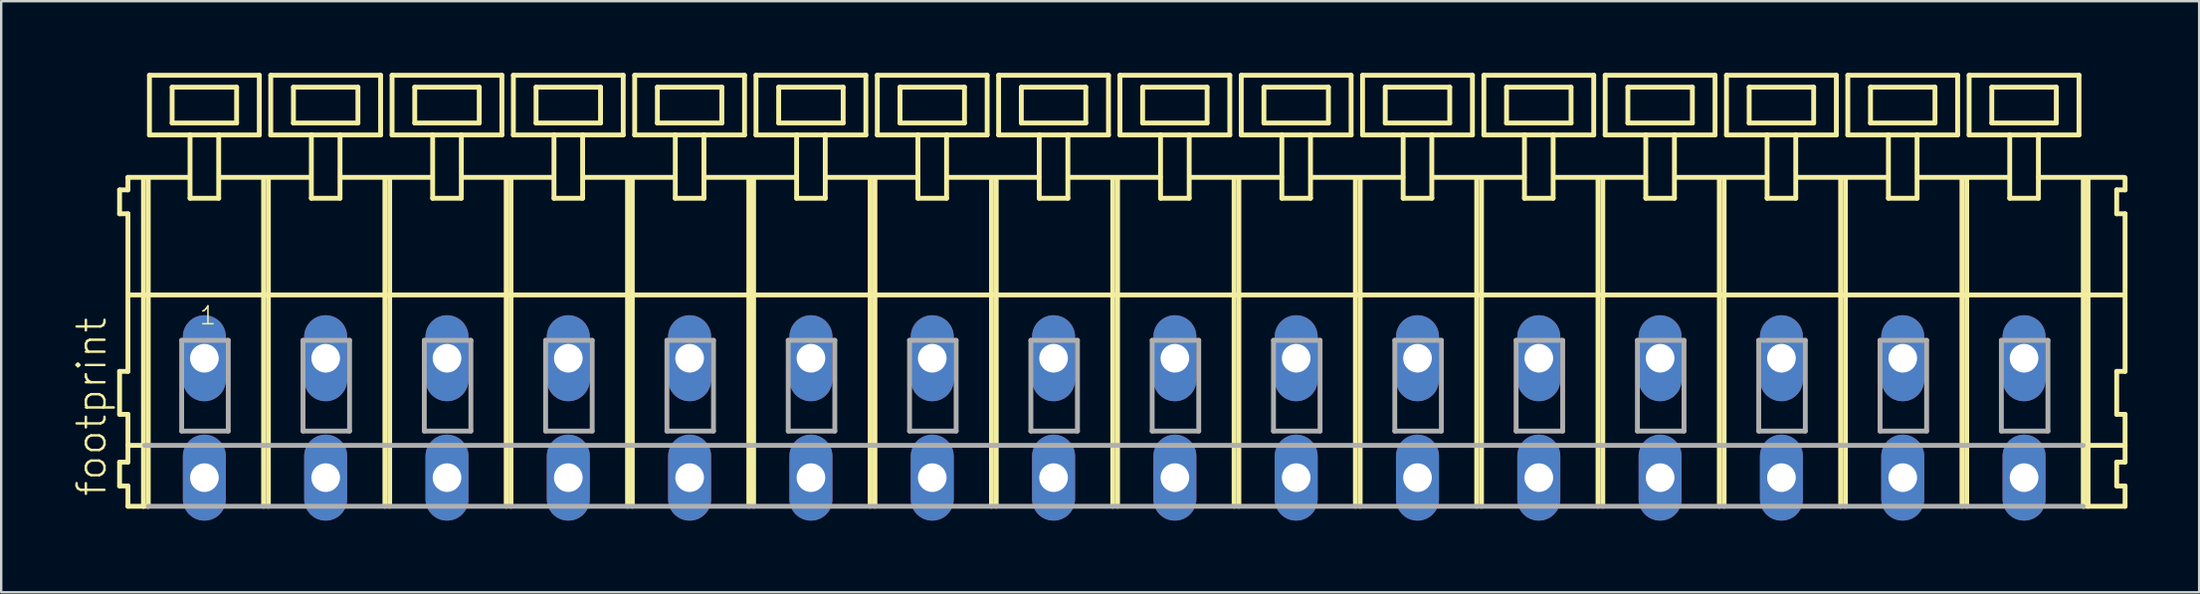
<source format=kicad_pcb>
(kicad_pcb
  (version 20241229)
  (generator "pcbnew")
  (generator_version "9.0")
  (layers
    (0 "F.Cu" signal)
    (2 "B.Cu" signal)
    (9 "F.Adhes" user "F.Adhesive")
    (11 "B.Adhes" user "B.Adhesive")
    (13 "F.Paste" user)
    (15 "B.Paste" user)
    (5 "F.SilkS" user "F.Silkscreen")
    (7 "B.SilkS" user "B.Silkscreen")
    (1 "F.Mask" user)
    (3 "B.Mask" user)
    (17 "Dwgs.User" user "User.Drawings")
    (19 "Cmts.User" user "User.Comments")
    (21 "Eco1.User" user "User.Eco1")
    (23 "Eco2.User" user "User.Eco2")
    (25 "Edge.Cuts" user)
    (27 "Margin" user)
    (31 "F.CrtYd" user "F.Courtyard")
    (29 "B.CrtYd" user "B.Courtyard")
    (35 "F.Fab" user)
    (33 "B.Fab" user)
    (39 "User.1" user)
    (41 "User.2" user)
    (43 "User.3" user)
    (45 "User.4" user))
  (footprint "footprint"
    (layer "F.Cu")
    (at 43.608 11.952)
    (property "Reference" "footprint" (at -42.135 5.855 90) (layer "F.SilkS") (effects (font (size 1.168 1.168) (thickness 0.102)) (justify left bottom)))
    (fp_line (start -41.65 -7.05) (end -41.65 -6.05) (stroke (width 0.203) (type solid)) (layer "F.SilkS"))
    (fp_line (start -41.65 -6.05) (end -41.3 -6.05) (stroke (width 0.203) (type solid)) (layer "F.SilkS"))
    (fp_line (start -41.65 0.55) (end -41.65 2.35) (stroke (width 0.203) (type solid)) (layer "F.SilkS"))
    (fp_line (start -41.65 2.35) (end -41.3 2.35) (stroke (width 0.203) (type solid)) (layer "F.SilkS"))
    (fp_line (start -41.65 4.35) (end -41.65 5.35) (stroke (width 0.203) (type solid)) (layer "F.SilkS"))
    (fp_line (start -41.65 5.35) (end -41.3 5.35) (stroke (width 0.203) (type solid)) (layer "F.SilkS"))
    (fp_line (start -41.3 -7.575) (end -41.3 -7.05) (stroke (width 0.203) (type solid)) (layer "F.SilkS"))
    (fp_line (start -41.3 -7.575) (end -38.725 -7.575) (stroke (width 0.203) (type solid)) (layer "F.SilkS"))
    (fp_line (start -41.3 -7.05) (end -41.65 -7.05) (stroke (width 0.203) (type solid)) (layer "F.SilkS"))
    (fp_line (start -41.3 -6.05) (end -41.3 0.55) (stroke (width 0.203) (type solid)) (layer "F.SilkS"))
    (fp_line (start -41.3 0.55) (end -41.65 0.55) (stroke (width 0.203) (type solid)) (layer "F.SilkS"))
    (fp_line (start -41.3 2.35) (end -41.3 4.35) (stroke (width 0.203) (type solid)) (layer "F.SilkS"))
    (fp_line (start -41.3 3.65) (end -40.6 3.65) (stroke (width 0.203) (type solid)) (layer "F.SilkS"))
    (fp_line (start -41.3 4.35) (end -41.65 4.35) (stroke (width 0.203) (type solid)) (layer "F.SilkS"))
    (fp_line (start -41.3 5.35) (end -41.3 6.2) (stroke (width 0.203) (type solid)) (layer "F.SilkS"))
    (fp_line (start -41.3 6.2) (end -40.65 6.2) (stroke (width 0.203) (type solid)) (layer "F.SilkS"))
    (fp_line (start -41.25 -2.65) (end 40.58 -2.65) (stroke (width 0.203) (type solid)) (layer "F.SilkS"))
    (fp_line (start -40.65 -7.55) (end -40.65 6.2) (stroke (width 0.203) (type solid)) (layer "F.SilkS"))
    (fp_line (start -40.65 6.2) (end -40.45 6.2) (stroke (width 0.203) (type solid)) (layer "F.SilkS"))
    (fp_line (start -40.45 -7.55) (end -40.45 6.2) (stroke (width 0.203) (type solid)) (layer "F.SilkS"))
    (fp_line (start -40.4 -11.85) (end -40.4 -9.35) (stroke (width 0.203) (type solid)) (layer "F.SilkS"))
    (fp_line (start -40.4 -9.35) (end -38.7 -9.35) (stroke (width 0.203) (type solid)) (layer "F.SilkS"))
    (fp_line (start -39.45 -11.35) (end -39.45 -9.85) (stroke (width 0.203) (type solid)) (layer "F.SilkS"))
    (fp_line (start -39.45 -9.85) (end -36.75 -9.85) (stroke (width 0.203) (type solid)) (layer "F.SilkS"))
    (fp_line (start -38.7 -9.35) (end -38.7 -6.7) (stroke (width 0.203) (type solid)) (layer "F.SilkS"))
    (fp_line (start -38.7 -9.35) (end -37.5 -9.35) (stroke (width 0.203) (type solid)) (layer "F.SilkS"))
    (fp_line (start -38.7 -6.7) (end -37.5 -6.7) (stroke (width 0.203) (type solid)) (layer "F.SilkS"))
    (fp_line (start -37.5 -9.35) (end -35.8 -9.35) (stroke (width 0.203) (type solid)) (layer "F.SilkS"))
    (fp_line (start -37.5 -6.7) (end -37.5 -9.35) (stroke (width 0.203) (type solid)) (layer "F.SilkS"))
    (fp_line (start -37.475 -7.575) (end -33.641 -7.575) (stroke (width 0.203) (type solid)) (layer "F.SilkS"))
    (fp_line (start -36.75 -11.35) (end -39.45 -11.35) (stroke (width 0.203) (type solid)) (layer "F.SilkS"))
    (fp_line (start -36.75 -9.85) (end -36.75 -11.35) (stroke (width 0.203) (type solid)) (layer "F.SilkS"))
    (fp_line (start -35.8 -11.85) (end -40.4 -11.85) (stroke (width 0.203) (type solid)) (layer "F.SilkS"))
    (fp_line (start -35.8 -9.35) (end -35.8 -11.85) (stroke (width 0.203) (type solid)) (layer "F.SilkS"))
    (fp_line (start -35.62 -7.55) (end -35.62 6.2) (stroke (width 0.203) (type solid)) (layer "F.SilkS"))
    (fp_line (start -35.42 -7.55) (end -35.42 6.2) (stroke (width 0.203) (type solid)) (layer "F.SilkS"))
    (fp_line (start -35.32 -11.85) (end -35.32 -9.35) (stroke (width 0.203) (type solid)) (layer "F.SilkS"))
    (fp_line (start -35.32 -9.35) (end -33.62 -9.35) (stroke (width 0.203) (type solid)) (layer "F.SilkS"))
    (fp_line (start -34.37 -11.35) (end -34.37 -9.85) (stroke (width 0.203) (type solid)) (layer "F.SilkS"))
    (fp_line (start -34.37 -9.85) (end -31.67 -9.85) (stroke (width 0.203) (type solid)) (layer "F.SilkS"))
    (fp_line (start -33.62 -9.35) (end -33.62 -6.7) (stroke (width 0.203) (type solid)) (layer "F.SilkS"))
    (fp_line (start -33.62 -9.35) (end -32.42 -9.35) (stroke (width 0.203) (type solid)) (layer "F.SilkS"))
    (fp_line (start -33.62 -6.7) (end -32.42 -6.7) (stroke (width 0.203) (type solid)) (layer "F.SilkS"))
    (fp_line (start -32.42 -9.35) (end -30.72 -9.35) (stroke (width 0.203) (type solid)) (layer "F.SilkS"))
    (fp_line (start -32.42 -6.7) (end -32.42 -9.35) (stroke (width 0.203) (type solid)) (layer "F.SilkS"))
    (fp_line (start -32.395 -7.575) (end -28.55 -7.575) (stroke (width 0.203) (type solid)) (layer "F.SilkS"))
    (fp_line (start -31.67 -11.35) (end -34.37 -11.35) (stroke (width 0.203) (type solid)) (layer "F.SilkS"))
    (fp_line (start -31.67 -9.85) (end -31.67 -11.35) (stroke (width 0.203) (type solid)) (layer "F.SilkS"))
    (fp_line (start -30.72 -11.85) (end -35.32 -11.85) (stroke (width 0.203) (type solid)) (layer "F.SilkS"))
    (fp_line (start -30.72 -9.35) (end -30.72 -11.85) (stroke (width 0.203) (type solid)) (layer "F.SilkS"))
    (fp_line (start -30.54 -7.55) (end -30.54 6.2) (stroke (width 0.203) (type solid)) (layer "F.SilkS"))
    (fp_line (start -30.34 -7.55) (end -30.34 6.2) (stroke (width 0.203) (type solid)) (layer "F.SilkS"))
    (fp_line (start -30.24 -11.85) (end -30.24 -9.35) (stroke (width 0.203) (type solid)) (layer "F.SilkS"))
    (fp_line (start -30.24 -9.35) (end -28.54 -9.35) (stroke (width 0.203) (type solid)) (layer "F.SilkS"))
    (fp_line (start -29.29 -11.35) (end -29.29 -9.85) (stroke (width 0.203) (type solid)) (layer "F.SilkS"))
    (fp_line (start -29.29 -9.85) (end -26.59 -9.85) (stroke (width 0.203) (type solid)) (layer "F.SilkS"))
    (fp_line (start -28.54 -9.35) (end -28.54 -6.7) (stroke (width 0.203) (type solid)) (layer "F.SilkS"))
    (fp_line (start -28.54 -9.35) (end -27.34 -9.35) (stroke (width 0.203) (type solid)) (layer "F.SilkS"))
    (fp_line (start -28.54 -6.7) (end -27.34 -6.7) (stroke (width 0.203) (type solid)) (layer "F.SilkS"))
    (fp_line (start -27.34 -9.35) (end -25.64 -9.35) (stroke (width 0.203) (type solid)) (layer "F.SilkS"))
    (fp_line (start -27.34 -6.7) (end -27.34 -9.35) (stroke (width 0.203) (type solid)) (layer "F.SilkS"))
    (fp_line (start -27.315 -7.575) (end -23.47 -7.575) (stroke (width 0.203) (type solid)) (layer "F.SilkS"))
    (fp_line (start -26.59 -11.35) (end -29.29 -11.35) (stroke (width 0.203) (type solid)) (layer "F.SilkS"))
    (fp_line (start -26.59 -9.85) (end -26.59 -11.35) (stroke (width 0.203) (type solid)) (layer "F.SilkS"))
    (fp_line (start -25.64 -11.85) (end -30.24 -11.85) (stroke (width 0.203) (type solid)) (layer "F.SilkS"))
    (fp_line (start -25.64 -9.35) (end -25.64 -11.85) (stroke (width 0.203) (type solid)) (layer "F.SilkS"))
    (fp_line (start -25.46 -7.55) (end -25.46 6.2) (stroke (width 0.203) (type solid)) (layer "F.SilkS"))
    (fp_line (start -25.26 -7.55) (end -25.26 6.2) (stroke (width 0.203) (type solid)) (layer "F.SilkS"))
    (fp_line (start -25.16 -11.85) (end -25.16 -9.35) (stroke (width 0.203) (type solid)) (layer "F.SilkS"))
    (fp_line (start -25.16 -9.35) (end -23.46 -9.35) (stroke (width 0.203) (type solid)) (layer "F.SilkS"))
    (fp_line (start -24.21 -11.35) (end -24.21 -9.85) (stroke (width 0.203) (type solid)) (layer "F.SilkS"))
    (fp_line (start -24.21 -9.85) (end -21.51 -9.85) (stroke (width 0.203) (type solid)) (layer "F.SilkS"))
    (fp_line (start -23.46 -9.35) (end -23.46 -6.7) (stroke (width 0.203) (type solid)) (layer "F.SilkS"))
    (fp_line (start -23.46 -9.35) (end -22.26 -9.35) (stroke (width 0.203) (type solid)) (layer "F.SilkS"))
    (fp_line (start -23.46 -6.7) (end -22.26 -6.7) (stroke (width 0.203) (type solid)) (layer "F.SilkS"))
    (fp_line (start -22.26 -9.35) (end -20.56 -9.35) (stroke (width 0.203) (type solid)) (layer "F.SilkS"))
    (fp_line (start -22.26 -6.7) (end -22.26 -9.35) (stroke (width 0.203) (type solid)) (layer "F.SilkS"))
    (fp_line (start -22.235 -7.575) (end -18.39 -7.575) (stroke (width 0.203) (type solid)) (layer "F.SilkS"))
    (fp_line (start -21.51 -11.35) (end -24.21 -11.35) (stroke (width 0.203) (type solid)) (layer "F.SilkS"))
    (fp_line (start -21.51 -9.85) (end -21.51 -11.35) (stroke (width 0.203) (type solid)) (layer "F.SilkS"))
    (fp_line (start -20.56 -11.85) (end -25.16 -11.85) (stroke (width 0.203) (type solid)) (layer "F.SilkS"))
    (fp_line (start -20.56 -9.35) (end -20.56 -11.85) (stroke (width 0.203) (type solid)) (layer "F.SilkS"))
    (fp_line (start -20.38 -7.55) (end -20.38 6.2) (stroke (width 0.203) (type solid)) (layer "F.SilkS"))
    (fp_line (start -20.18 -7.55) (end -20.18 6.2) (stroke (width 0.203) (type solid)) (layer "F.SilkS"))
    (fp_line (start -20.08 -11.85) (end -20.08 -9.35) (stroke (width 0.203) (type solid)) (layer "F.SilkS"))
    (fp_line (start -20.08 -9.35) (end -18.38 -9.35) (stroke (width 0.203) (type solid)) (layer "F.SilkS"))
    (fp_line (start -19.13 -11.35) (end -19.13 -9.85) (stroke (width 0.203) (type solid)) (layer "F.SilkS"))
    (fp_line (start -19.13 -9.85) (end -16.43 -9.85) (stroke (width 0.203) (type solid)) (layer "F.SilkS"))
    (fp_line (start -18.38 -9.35) (end -18.38 -6.7) (stroke (width 0.203) (type solid)) (layer "F.SilkS"))
    (fp_line (start -18.38 -9.35) (end -17.18 -9.35) (stroke (width 0.203) (type solid)) (layer "F.SilkS"))
    (fp_line (start -18.38 -6.7) (end -17.18 -6.7) (stroke (width 0.203) (type solid)) (layer "F.SilkS"))
    (fp_line (start -17.18 -9.35) (end -15.48 -9.35) (stroke (width 0.203) (type solid)) (layer "F.SilkS"))
    (fp_line (start -17.18 -6.7) (end -17.18 -9.35) (stroke (width 0.203) (type solid)) (layer "F.SilkS"))
    (fp_line (start -17.155 -7.575) (end -13.31 -7.575) (stroke (width 0.203) (type solid)) (layer "F.SilkS"))
    (fp_line (start -16.43 -11.35) (end -19.13 -11.35) (stroke (width 0.203) (type solid)) (layer "F.SilkS"))
    (fp_line (start -16.43 -9.85) (end -16.43 -11.35) (stroke (width 0.203) (type solid)) (layer "F.SilkS"))
    (fp_line (start -15.48 -11.85) (end -20.08 -11.85) (stroke (width 0.203) (type solid)) (layer "F.SilkS"))
    (fp_line (start -15.48 -9.35) (end -15.48 -11.85) (stroke (width 0.203) (type solid)) (layer "F.SilkS"))
    (fp_line (start -15.3 -7.55) (end -15.3 6.2) (stroke (width 0.203) (type solid)) (layer "F.SilkS"))
    (fp_line (start -15.1 -7.55) (end -15.1 6.2) (stroke (width 0.203) (type solid)) (layer "F.SilkS"))
    (fp_line (start -15 -11.85) (end -15 -9.35) (stroke (width 0.203) (type solid)) (layer "F.SilkS"))
    (fp_line (start -15 -9.35) (end -13.3 -9.35) (stroke (width 0.203) (type solid)) (layer "F.SilkS"))
    (fp_line (start -14.05 -11.35) (end -14.05 -9.85) (stroke (width 0.203) (type solid)) (layer "F.SilkS"))
    (fp_line (start -14.05 -9.85) (end -11.35 -9.85) (stroke (width 0.203) (type solid)) (layer "F.SilkS"))
    (fp_line (start -13.3 -9.35) (end -13.3 -6.7) (stroke (width 0.203) (type solid)) (layer "F.SilkS"))
    (fp_line (start -13.3 -9.35) (end -12.1 -9.35) (stroke (width 0.203) (type solid)) (layer "F.SilkS"))
    (fp_line (start -13.3 -6.7) (end -12.1 -6.7) (stroke (width 0.203) (type solid)) (layer "F.SilkS"))
    (fp_line (start -12.1 -9.35) (end -10.4 -9.35) (stroke (width 0.203) (type solid)) (layer "F.SilkS"))
    (fp_line (start -12.1 -6.7) (end -12.1 -9.35) (stroke (width 0.203) (type solid)) (layer "F.SilkS"))
    (fp_line (start -12.075 -7.575) (end -8.23 -7.575) (stroke (width 0.203) (type solid)) (layer "F.SilkS"))
    (fp_line (start -11.35 -11.35) (end -14.05 -11.35) (stroke (width 0.203) (type solid)) (layer "F.SilkS"))
    (fp_line (start -11.35 -9.85) (end -11.35 -11.35) (stroke (width 0.203) (type solid)) (layer "F.SilkS"))
    (fp_line (start -10.4 -11.85) (end -15 -11.85) (stroke (width 0.203) (type solid)) (layer "F.SilkS"))
    (fp_line (start -10.4 -9.35) (end -10.4 -11.85) (stroke (width 0.203) (type solid)) (layer "F.SilkS"))
    (fp_line (start -10.22 -7.55) (end -10.22 6.2) (stroke (width 0.203) (type solid)) (layer "F.SilkS"))
    (fp_line (start -10.02 -7.55) (end -10.02 6.2) (stroke (width 0.203) (type solid)) (layer "F.SilkS"))
    (fp_line (start -9.92 -11.85) (end -9.92 -9.35) (stroke (width 0.203) (type solid)) (layer "F.SilkS"))
    (fp_line (start -9.92 -9.35) (end -8.22 -9.35) (stroke (width 0.203) (type solid)) (layer "F.SilkS"))
    (fp_line (start -8.97 -11.35) (end -8.97 -9.85) (stroke (width 0.203) (type solid)) (layer "F.SilkS"))
    (fp_line (start -8.97 -9.85) (end -6.27 -9.85) (stroke (width 0.203) (type solid)) (layer "F.SilkS"))
    (fp_line (start -8.22 -9.35) (end -8.22 -6.7) (stroke (width 0.203) (type solid)) (layer "F.SilkS"))
    (fp_line (start -8.22 -9.35) (end -7.02 -9.35) (stroke (width 0.203) (type solid)) (layer "F.SilkS"))
    (fp_line (start -8.22 -6.7) (end -7.02 -6.7) (stroke (width 0.203) (type solid)) (layer "F.SilkS"))
    (fp_line (start -7.02 -9.35) (end -5.32 -9.35) (stroke (width 0.203) (type solid)) (layer "F.SilkS"))
    (fp_line (start -7.02 -6.7) (end -7.02 -9.35) (stroke (width 0.203) (type solid)) (layer "F.SilkS"))
    (fp_line (start -6.995 -7.575) (end -3.15 -7.575) (stroke (width 0.203) (type solid)) (layer "F.SilkS"))
    (fp_line (start -6.27 -11.35) (end -8.97 -11.35) (stroke (width 0.203) (type solid)) (layer "F.SilkS"))
    (fp_line (start -6.27 -9.85) (end -6.27 -11.35) (stroke (width 0.203) (type solid)) (layer "F.SilkS"))
    (fp_line (start -5.32 -11.85) (end -9.92 -11.85) (stroke (width 0.203) (type solid)) (layer "F.SilkS"))
    (fp_line (start -5.32 -9.35) (end -5.32 -11.85) (stroke (width 0.203) (type solid)) (layer "F.SilkS"))
    (fp_line (start -5.14 -7.55) (end -5.14 6.2) (stroke (width 0.203) (type solid)) (layer "F.SilkS"))
    (fp_line (start -4.94 -7.55) (end -4.94 6.2) (stroke (width 0.203) (type solid)) (layer "F.SilkS"))
    (fp_line (start -4.84 -11.85) (end -4.84 -9.35) (stroke (width 0.203) (type solid)) (layer "F.SilkS"))
    (fp_line (start -4.84 -9.35) (end -3.14 -9.35) (stroke (width 0.203) (type solid)) (layer "F.SilkS"))
    (fp_line (start -3.89 -11.35) (end -3.89 -9.85) (stroke (width 0.203) (type solid)) (layer "F.SilkS"))
    (fp_line (start -3.89 -9.85) (end -1.19 -9.85) (stroke (width 0.203) (type solid)) (layer "F.SilkS"))
    (fp_line (start -3.14 -9.35) (end -3.14 -6.7) (stroke (width 0.203) (type solid)) (layer "F.SilkS"))
    (fp_line (start -3.14 -9.35) (end -1.94 -9.35) (stroke (width 0.203) (type solid)) (layer "F.SilkS"))
    (fp_line (start -3.14 -6.7) (end -1.94 -6.7) (stroke (width 0.203) (type solid)) (layer "F.SilkS"))
    (fp_line (start -1.94 -9.35) (end -0.24 -9.35) (stroke (width 0.203) (type solid)) (layer "F.SilkS"))
    (fp_line (start -1.94 -6.7) (end -1.94 -9.35) (stroke (width 0.203) (type solid)) (layer "F.SilkS"))
    (fp_line (start -1.915 -7.575) (end 1.93 -7.575) (stroke (width 0.203) (type solid)) (layer "F.SilkS"))
    (fp_line (start -1.19 -11.35) (end -3.89 -11.35) (stroke (width 0.203) (type solid)) (layer "F.SilkS"))
    (fp_line (start -1.19 -9.85) (end -1.19 -11.35) (stroke (width 0.203) (type solid)) (layer "F.SilkS"))
    (fp_line (start -0.24 -11.85) (end -4.84 -11.85) (stroke (width 0.203) (type solid)) (layer "F.SilkS"))
    (fp_line (start -0.24 -9.35) (end -0.24 -11.85) (stroke (width 0.203) (type solid)) (layer "F.SilkS"))
    (fp_line (start -0.06 -7.55) (end -0.06 6.2) (stroke (width 0.203) (type solid)) (layer "F.SilkS"))
    (fp_line (start 0.14 -7.55) (end 0.14 6.2) (stroke (width 0.203) (type solid)) (layer "F.SilkS"))
    (fp_line (start 0.24 -11.85) (end 0.24 -9.35) (stroke (width 0.203) (type solid)) (layer "F.SilkS"))
    (fp_line (start 0.24 -9.35) (end 1.94 -9.35) (stroke (width 0.203) (type solid)) (layer "F.SilkS"))
    (fp_line (start 1.19 -11.35) (end 1.19 -9.85) (stroke (width 0.203) (type solid)) (layer "F.SilkS"))
    (fp_line (start 1.19 -9.85) (end 3.89 -9.85) (stroke (width 0.203) (type solid)) (layer "F.SilkS"))
    (fp_line (start 1.94 -9.35) (end 1.94 -6.7) (stroke (width 0.203) (type solid)) (layer "F.SilkS"))
    (fp_line (start 1.94 -9.35) (end 3.14 -9.35) (stroke (width 0.203) (type solid)) (layer "F.SilkS"))
    (fp_line (start 1.94 -6.7) (end 3.14 -6.7) (stroke (width 0.203) (type solid)) (layer "F.SilkS"))
    (fp_line (start 3.14 -9.35) (end 4.84 -9.35) (stroke (width 0.203) (type solid)) (layer "F.SilkS"))
    (fp_line (start 3.14 -6.7) (end 3.14 -9.35) (stroke (width 0.203) (type solid)) (layer "F.SilkS"))
    (fp_line (start 3.165 -7.575) (end 7.01 -7.575) (stroke (width 0.203) (type solid)) (layer "F.SilkS"))
    (fp_line (start 3.89 -11.35) (end 1.19 -11.35) (stroke (width 0.203) (type solid)) (layer "F.SilkS"))
    (fp_line (start 3.89 -9.85) (end 3.89 -11.35) (stroke (width 0.203) (type solid)) (layer "F.SilkS"))
    (fp_line (start 4.84 -11.85) (end 0.24 -11.85) (stroke (width 0.203) (type solid)) (layer "F.SilkS"))
    (fp_line (start 4.84 -9.35) (end 4.84 -11.85) (stroke (width 0.203) (type solid)) (layer "F.SilkS"))
    (fp_line (start 5.02 -7.55) (end 5.02 6.2) (stroke (width 0.203) (type solid)) (layer "F.SilkS"))
    (fp_line (start 5.22 -7.55) (end 5.22 6.2) (stroke (width 0.203) (type solid)) (layer "F.SilkS"))
    (fp_line (start 5.32 -11.85) (end 5.32 -9.35) (stroke (width 0.203) (type solid)) (layer "F.SilkS"))
    (fp_line (start 5.32 -9.35) (end 7.02 -9.35) (stroke (width 0.203) (type solid)) (layer "F.SilkS"))
    (fp_line (start 6.27 -11.35) (end 6.27 -9.85) (stroke (width 0.203) (type solid)) (layer "F.SilkS"))
    (fp_line (start 6.27 -9.85) (end 8.97 -9.85) (stroke (width 0.203) (type solid)) (layer "F.SilkS"))
    (fp_line (start 7.02 -9.35) (end 7.02 -6.7) (stroke (width 0.203) (type solid)) (layer "F.SilkS"))
    (fp_line (start 7.02 -9.35) (end 8.22 -9.35) (stroke (width 0.203) (type solid)) (layer "F.SilkS"))
    (fp_line (start 7.02 -6.7) (end 8.22 -6.7) (stroke (width 0.203) (type solid)) (layer "F.SilkS"))
    (fp_line (start 8.22 -9.35) (end 9.92 -9.35) (stroke (width 0.203) (type solid)) (layer "F.SilkS"))
    (fp_line (start 8.22 -6.7) (end 8.22 -9.35) (stroke (width 0.203) (type solid)) (layer "F.SilkS"))
    (fp_line (start 8.245 -7.575) (end 12.09 -7.575) (stroke (width 0.203) (type solid)) (layer "F.SilkS"))
    (fp_line (start 8.97 -11.35) (end 6.27 -11.35) (stroke (width 0.203) (type solid)) (layer "F.SilkS"))
    (fp_line (start 8.97 -9.85) (end 8.97 -11.35) (stroke (width 0.203) (type solid)) (layer "F.SilkS"))
    (fp_line (start 9.92 -11.85) (end 5.32 -11.85) (stroke (width 0.203) (type solid)) (layer "F.SilkS"))
    (fp_line (start 9.92 -9.35) (end 9.92 -11.85) (stroke (width 0.203) (type solid)) (layer "F.SilkS"))
    (fp_line (start 10.1 -7.55) (end 10.1 6.2) (stroke (width 0.203) (type solid)) (layer "F.SilkS"))
    (fp_line (start 10.3 -7.55) (end 10.3 6.2) (stroke (width 0.203) (type solid)) (layer "F.SilkS"))
    (fp_line (start 10.4 -11.85) (end 10.4 -9.35) (stroke (width 0.203) (type solid)) (layer "F.SilkS"))
    (fp_line (start 10.4 -9.35) (end 12.1 -9.35) (stroke (width 0.203) (type solid)) (layer "F.SilkS"))
    (fp_line (start 11.35 -11.35) (end 11.35 -9.85) (stroke (width 0.203) (type solid)) (layer "F.SilkS"))
    (fp_line (start 11.35 -9.85) (end 14.05 -9.85) (stroke (width 0.203) (type solid)) (layer "F.SilkS"))
    (fp_line (start 12.1 -9.35) (end 12.1 -6.7) (stroke (width 0.203) (type solid)) (layer "F.SilkS"))
    (fp_line (start 12.1 -9.35) (end 13.3 -9.35) (stroke (width 0.203) (type solid)) (layer "F.SilkS"))
    (fp_line (start 12.1 -6.7) (end 13.3 -6.7) (stroke (width 0.203) (type solid)) (layer "F.SilkS"))
    (fp_line (start 13.3 -9.35) (end 15 -9.35) (stroke (width 0.203) (type solid)) (layer "F.SilkS"))
    (fp_line (start 13.3 -6.7) (end 13.3 -9.35) (stroke (width 0.203) (type solid)) (layer "F.SilkS"))
    (fp_line (start 13.325 -7.575) (end 17.17 -7.575) (stroke (width 0.203) (type solid)) (layer "F.SilkS"))
    (fp_line (start 14.05 -11.35) (end 11.35 -11.35) (stroke (width 0.203) (type solid)) (layer "F.SilkS"))
    (fp_line (start 14.05 -9.85) (end 14.05 -11.35) (stroke (width 0.203) (type solid)) (layer "F.SilkS"))
    (fp_line (start 15 -11.85) (end 10.4 -11.85) (stroke (width 0.203) (type solid)) (layer "F.SilkS"))
    (fp_line (start 15 -9.35) (end 15 -11.85) (stroke (width 0.203) (type solid)) (layer "F.SilkS"))
    (fp_line (start 15.18 -7.55) (end 15.18 6.2) (stroke (width 0.203) (type solid)) (layer "F.SilkS"))
    (fp_line (start 15.38 -7.55) (end 15.38 6.2) (stroke (width 0.203) (type solid)) (layer "F.SilkS"))
    (fp_line (start 15.48 -11.85) (end 15.48 -9.35) (stroke (width 0.203) (type solid)) (layer "F.SilkS"))
    (fp_line (start 15.48 -9.35) (end 17.18 -9.35) (stroke (width 0.203) (type solid)) (layer "F.SilkS"))
    (fp_line (start 16.43 -11.35) (end 16.43 -9.85) (stroke (width 0.203) (type solid)) (layer "F.SilkS"))
    (fp_line (start 16.43 -9.85) (end 19.13 -9.85) (stroke (width 0.203) (type solid)) (layer "F.SilkS"))
    (fp_line (start 17.18 -9.35) (end 17.18 -6.7) (stroke (width 0.203) (type solid)) (layer "F.SilkS"))
    (fp_line (start 17.18 -9.35) (end 18.38 -9.35) (stroke (width 0.203) (type solid)) (layer "F.SilkS"))
    (fp_line (start 17.18 -6.7) (end 18.38 -6.7) (stroke (width 0.203) (type solid)) (layer "F.SilkS"))
    (fp_line (start 18.38 -9.35) (end 20.08 -9.35) (stroke (width 0.203) (type solid)) (layer "F.SilkS"))
    (fp_line (start 18.38 -6.7) (end 18.38 -9.35) (stroke (width 0.203) (type solid)) (layer "F.SilkS"))
    (fp_line (start 18.405 -7.575) (end 22.25 -7.575) (stroke (width 0.203) (type solid)) (layer "F.SilkS"))
    (fp_line (start 19.13 -11.35) (end 16.43 -11.35) (stroke (width 0.203) (type solid)) (layer "F.SilkS"))
    (fp_line (start 19.13 -9.85) (end 19.13 -11.35) (stroke (width 0.203) (type solid)) (layer "F.SilkS"))
    (fp_line (start 20.08 -11.85) (end 15.48 -11.85) (stroke (width 0.203) (type solid)) (layer "F.SilkS"))
    (fp_line (start 20.08 -9.35) (end 20.08 -11.85) (stroke (width 0.203) (type solid)) (layer "F.SilkS"))
    (fp_line (start 20.26 -7.55) (end 20.26 6.2) (stroke (width 0.203) (type solid)) (layer "F.SilkS"))
    (fp_line (start 20.46 -7.55) (end 20.46 6.2) (stroke (width 0.203) (type solid)) (layer "F.SilkS"))
    (fp_line (start 20.56 -11.85) (end 20.56 -9.35) (stroke (width 0.203) (type solid)) (layer "F.SilkS"))
    (fp_line (start 20.56 -9.35) (end 22.26 -9.35) (stroke (width 0.203) (type solid)) (layer "F.SilkS"))
    (fp_line (start 21.51 -11.35) (end 21.51 -9.85) (stroke (width 0.203) (type solid)) (layer "F.SilkS"))
    (fp_line (start 21.51 -9.85) (end 24.21 -9.85) (stroke (width 0.203) (type solid)) (layer "F.SilkS"))
    (fp_line (start 22.26 -9.35) (end 22.26 -6.7) (stroke (width 0.203) (type solid)) (layer "F.SilkS"))
    (fp_line (start 22.26 -9.35) (end 23.46 -9.35) (stroke (width 0.203) (type solid)) (layer "F.SilkS"))
    (fp_line (start 22.26 -6.7) (end 23.46 -6.7) (stroke (width 0.203) (type solid)) (layer "F.SilkS"))
    (fp_line (start 23.46 -9.35) (end 25.16 -9.35) (stroke (width 0.203) (type solid)) (layer "F.SilkS"))
    (fp_line (start 23.46 -6.7) (end 23.46 -9.35) (stroke (width 0.203) (type solid)) (layer "F.SilkS"))
    (fp_line (start 23.485 -7.575) (end 27.33 -7.575) (stroke (width 0.203) (type solid)) (layer "F.SilkS"))
    (fp_line (start 24.21 -11.35) (end 21.51 -11.35) (stroke (width 0.203) (type solid)) (layer "F.SilkS"))
    (fp_line (start 24.21 -9.85) (end 24.21 -11.35) (stroke (width 0.203) (type solid)) (layer "F.SilkS"))
    (fp_line (start 25.16 -11.85) (end 20.56 -11.85) (stroke (width 0.203) (type solid)) (layer "F.SilkS"))
    (fp_line (start 25.16 -9.35) (end 25.16 -11.85) (stroke (width 0.203) (type solid)) (layer "F.SilkS"))
    (fp_line (start 25.34 -7.55) (end 25.34 6.2) (stroke (width 0.203) (type solid)) (layer "F.SilkS"))
    (fp_line (start 25.54 -7.55) (end 25.54 6.2) (stroke (width 0.203) (type solid)) (layer "F.SilkS"))
    (fp_line (start 25.64 -11.85) (end 25.64 -9.35) (stroke (width 0.203) (type solid)) (layer "F.SilkS"))
    (fp_line (start 25.64 -9.35) (end 27.34 -9.35) (stroke (width 0.203) (type solid)) (layer "F.SilkS"))
    (fp_line (start 26.59 -11.35) (end 26.59 -9.85) (stroke (width 0.203) (type solid)) (layer "F.SilkS"))
    (fp_line (start 26.59 -9.85) (end 29.29 -9.85) (stroke (width 0.203) (type solid)) (layer "F.SilkS"))
    (fp_line (start 27.34 -9.35) (end 27.34 -6.7) (stroke (width 0.203) (type solid)) (layer "F.SilkS"))
    (fp_line (start 27.34 -9.35) (end 28.54 -9.35) (stroke (width 0.203) (type solid)) (layer "F.SilkS"))
    (fp_line (start 27.34 -6.7) (end 28.54 -6.7) (stroke (width 0.203) (type solid)) (layer "F.SilkS"))
    (fp_line (start 28.54 -9.35) (end 30.24 -9.35) (stroke (width 0.203) (type solid)) (layer "F.SilkS"))
    (fp_line (start 28.54 -6.7) (end 28.54 -9.35) (stroke (width 0.203) (type solid)) (layer "F.SilkS"))
    (fp_line (start 28.565 -7.575) (end 32.41 -7.575) (stroke (width 0.203) (type solid)) (layer "F.SilkS"))
    (fp_line (start 29.29 -11.35) (end 26.59 -11.35) (stroke (width 0.203) (type solid)) (layer "F.SilkS"))
    (fp_line (start 29.29 -9.85) (end 29.29 -11.35) (stroke (width 0.203) (type solid)) (layer "F.SilkS"))
    (fp_line (start 30.24 -11.85) (end 25.64 -11.85) (stroke (width 0.203) (type solid)) (layer "F.SilkS"))
    (fp_line (start 30.24 -9.35) (end 30.24 -11.85) (stroke (width 0.203) (type solid)) (layer "F.SilkS"))
    (fp_line (start 30.42 -7.55) (end 30.42 6.2) (stroke (width 0.203) (type solid)) (layer "F.SilkS"))
    (fp_line (start 30.62 -7.55) (end 30.62 6.2) (stroke (width 0.203) (type solid)) (layer "F.SilkS"))
    (fp_line (start 30.72 -11.85) (end 30.72 -9.35) (stroke (width 0.203) (type solid)) (layer "F.SilkS"))
    (fp_line (start 30.72 -9.35) (end 32.42 -9.35) (stroke (width 0.203) (type solid)) (layer "F.SilkS"))
    (fp_line (start 31.67 -11.35) (end 31.67 -9.85) (stroke (width 0.203) (type solid)) (layer "F.SilkS"))
    (fp_line (start 31.67 -9.85) (end 34.37 -9.85) (stroke (width 0.203) (type solid)) (layer "F.SilkS"))
    (fp_line (start 32.42 -9.35) (end 32.42 -6.7) (stroke (width 0.203) (type solid)) (layer "F.SilkS"))
    (fp_line (start 32.42 -9.35) (end 33.62 -9.35) (stroke (width 0.203) (type solid)) (layer "F.SilkS"))
    (fp_line (start 32.42 -6.7) (end 33.62 -6.7) (stroke (width 0.203) (type solid)) (layer "F.SilkS"))
    (fp_line (start 33.62 -9.35) (end 35.32 -9.35) (stroke (width 0.203) (type solid)) (layer "F.SilkS"))
    (fp_line (start 33.62 -6.7) (end 33.62 -9.35) (stroke (width 0.203) (type solid)) (layer "F.SilkS"))
    (fp_line (start 33.645 -7.575) (end 37.49 -7.575) (stroke (width 0.203) (type solid)) (layer "F.SilkS"))
    (fp_line (start 34.37 -11.35) (end 31.67 -11.35) (stroke (width 0.203) (type solid)) (layer "F.SilkS"))
    (fp_line (start 34.37 -9.85) (end 34.37 -11.35) (stroke (width 0.203) (type solid)) (layer "F.SilkS"))
    (fp_line (start 35.32 -11.85) (end 30.72 -11.85) (stroke (width 0.203) (type solid)) (layer "F.SilkS"))
    (fp_line (start 35.32 -9.35) (end 35.32 -11.85) (stroke (width 0.203) (type solid)) (layer "F.SilkS"))
    (fp_line (start 35.5 -7.55) (end 35.5 6.2) (stroke (width 0.203) (type solid)) (layer "F.SilkS"))
    (fp_line (start 35.7 -7.55) (end 35.7 6.2) (stroke (width 0.203) (type solid)) (layer "F.SilkS"))
    (fp_line (start 35.8 -11.85) (end 35.8 -9.35) (stroke (width 0.203) (type solid)) (layer "F.SilkS"))
    (fp_line (start 35.8 -9.35) (end 37.5 -9.35) (stroke (width 0.203) (type solid)) (layer "F.SilkS"))
    (fp_line (start 36.75 -11.35) (end 36.75 -9.85) (stroke (width 0.203) (type solid)) (layer "F.SilkS"))
    (fp_line (start 36.75 -9.85) (end 39.45 -9.85) (stroke (width 0.203) (type solid)) (layer "F.SilkS"))
    (fp_line (start 37.5 -9.35) (end 37.5 -6.7) (stroke (width 0.203) (type solid)) (layer "F.SilkS"))
    (fp_line (start 37.5 -9.35) (end 38.7 -9.35) (stroke (width 0.203) (type solid)) (layer "F.SilkS"))
    (fp_line (start 37.5 -6.7) (end 38.7 -6.7) (stroke (width 0.203) (type solid)) (layer "F.SilkS"))
    (fp_line (start 38.7 -9.35) (end 40.4 -9.35) (stroke (width 0.203) (type solid)) (layer "F.SilkS"))
    (fp_line (start 38.7 -6.7) (end 38.7 -9.35) (stroke (width 0.203) (type solid)) (layer "F.SilkS"))
    (fp_line (start 38.71 -7.575) (end 42.305 -7.575) (stroke (width 0.203) (type solid)) (layer "F.SilkS"))
    (fp_line (start 39.45 -11.35) (end 36.75 -11.35) (stroke (width 0.203) (type solid)) (layer "F.SilkS"))
    (fp_line (start 39.45 -9.85) (end 39.45 -11.35) (stroke (width 0.203) (type solid)) (layer "F.SilkS"))
    (fp_line (start 40.4 -11.85) (end 35.8 -11.85) (stroke (width 0.203) (type solid)) (layer "F.SilkS"))
    (fp_line (start 40.4 -9.35) (end 40.4 -11.85) (stroke (width 0.203) (type solid)) (layer "F.SilkS"))
    (fp_line (start 40.58 -7.55) (end 40.58 -2.65) (stroke (width 0.203) (type solid)) (layer "F.SilkS"))
    (fp_line (start 40.58 -2.65) (end 40.58 6.2) (stroke (width 0.203) (type solid)) (layer "F.SilkS"))
    (fp_line (start 40.58 -2.65) (end 42.28 -2.65) (stroke (width 0.203) (type solid)) (layer "F.SilkS"))
    (fp_line (start 40.58 6.2) (end 42.33 6.2) (stroke (width 0.203) (type solid)) (layer "F.SilkS"))
    (fp_line (start 40.63 3.65) (end 42.33 3.65) (stroke (width 0.203) (type solid)) (layer "F.SilkS"))
    (fp_line (start 40.78 -7.55) (end 40.78 6.2) (stroke (width 0.203) (type solid)) (layer "F.SilkS"))
    (fp_line (start 41.98 -7.05) (end 41.98 -6.05) (stroke (width 0.203) (type solid)) (layer "F.SilkS"))
    (fp_line (start 41.98 -6.05) (end 42.33 -6.05) (stroke (width 0.203) (type solid)) (layer "F.SilkS"))
    (fp_line (start 41.98 0.55) (end 41.98 2.35) (stroke (width 0.203) (type solid)) (layer "F.SilkS"))
    (fp_line (start 41.98 2.35) (end 42.33 2.35) (stroke (width 0.203) (type solid)) (layer "F.SilkS"))
    (fp_line (start 41.98 4.35) (end 41.98 5.35) (stroke (width 0.203) (type solid)) (layer "F.SilkS"))
    (fp_line (start 41.98 5.35) (end 42.33 5.35) (stroke (width 0.203) (type solid)) (layer "F.SilkS"))
    (fp_line (start 42.33 -7.05) (end 41.98 -7.05) (stroke (width 0.203) (type solid)) (layer "F.SilkS"))
    (fp_line (start 42.33 -7.05) (end 42.33 -7.55) (stroke (width 0.203) (type solid)) (layer "F.SilkS"))
    (fp_line (start 42.33 0.55) (end 41.98 0.55) (stroke (width 0.203) (type solid)) (layer "F.SilkS"))
    (fp_line (start 42.33 0.55) (end 42.33 -6.05) (stroke (width 0.203) (type solid)) (layer "F.SilkS"))
    (fp_line (start 42.33 3.65) (end 42.33 2.35) (stroke (width 0.203) (type solid)) (layer "F.SilkS"))
    (fp_line (start 42.33 4.35) (end 41.98 4.35) (stroke (width 0.203) (type solid)) (layer "F.SilkS"))
    (fp_line (start 42.33 4.35) (end 42.33 3.65) (stroke (width 0.203) (type solid)) (layer "F.SilkS"))
    (fp_line (start 42.33 6.2) (end 42.33 5.35) (stroke (width 0.203) (type solid)) (layer "F.SilkS"))
    (fp_line (start -40.6 3.65) (end 40.58 3.65) (stroke (width 0.203) (type solid)) (layer "F.Fab"))
    (fp_line (start -40.45 6.2) (end 40.58 6.2) (stroke (width 0.203) (type solid)) (layer "F.Fab"))
    (fp_line (start -39.05 -0.75) (end -39.05 3.05) (stroke (width 0.203) (type solid)) (layer "F.Fab"))
    (fp_line (start -39.05 3.05) (end -37.1 3.05) (stroke (width 0.203) (type solid)) (layer "F.Fab"))
    (fp_line (start -37.1 -0.75) (end -39.05 -0.75) (stroke (width 0.203) (type solid)) (layer "F.Fab"))
    (fp_line (start -37.1 3.05) (end -37.1 -0.75) (stroke (width 0.203) (type solid)) (layer "F.Fab"))
    (fp_line (start -33.97 -0.75) (end -33.97 3.05) (stroke (width 0.203) (type solid)) (layer "F.Fab"))
    (fp_line (start -33.97 3.05) (end -32.02 3.05) (stroke (width 0.203) (type solid)) (layer "F.Fab"))
    (fp_line (start -32.02 -0.75) (end -33.97 -0.75) (stroke (width 0.203) (type solid)) (layer "F.Fab"))
    (fp_line (start -32.02 3.05) (end -32.02 -0.75) (stroke (width 0.203) (type solid)) (layer "F.Fab"))
    (fp_line (start -28.89 -0.75) (end -28.89 3.05) (stroke (width 0.203) (type solid)) (layer "F.Fab"))
    (fp_line (start -28.89 3.05) (end -26.94 3.05) (stroke (width 0.203) (type solid)) (layer "F.Fab"))
    (fp_line (start -26.94 -0.75) (end -28.89 -0.75) (stroke (width 0.203) (type solid)) (layer "F.Fab"))
    (fp_line (start -26.94 3.05) (end -26.94 -0.75) (stroke (width 0.203) (type solid)) (layer "F.Fab"))
    (fp_line (start -23.81 -0.75) (end -23.81 3.05) (stroke (width 0.203) (type solid)) (layer "F.Fab"))
    (fp_line (start -23.81 3.05) (end -21.86 3.05) (stroke (width 0.203) (type solid)) (layer "F.Fab"))
    (fp_line (start -21.86 -0.75) (end -23.81 -0.75) (stroke (width 0.203) (type solid)) (layer "F.Fab"))
    (fp_line (start -21.86 3.05) (end -21.86 -0.75) (stroke (width 0.203) (type solid)) (layer "F.Fab"))
    (fp_line (start -18.73 -0.75) (end -18.73 3.05) (stroke (width 0.203) (type solid)) (layer "F.Fab"))
    (fp_line (start -18.73 3.05) (end -16.78 3.05) (stroke (width 0.203) (type solid)) (layer "F.Fab"))
    (fp_line (start -16.78 -0.75) (end -18.73 -0.75) (stroke (width 0.203) (type solid)) (layer "F.Fab"))
    (fp_line (start -16.78 3.05) (end -16.78 -0.75) (stroke (width 0.203) (type solid)) (layer "F.Fab"))
    (fp_line (start -13.65 -0.75) (end -13.65 3.05) (stroke (width 0.203) (type solid)) (layer "F.Fab"))
    (fp_line (start -13.65 3.05) (end -11.7 3.05) (stroke (width 0.203) (type solid)) (layer "F.Fab"))
    (fp_line (start -11.7 -0.75) (end -13.65 -0.75) (stroke (width 0.203) (type solid)) (layer "F.Fab"))
    (fp_line (start -11.7 3.05) (end -11.7 -0.75) (stroke (width 0.203) (type solid)) (layer "F.Fab"))
    (fp_line (start -8.57 -0.75) (end -8.57 3.05) (stroke (width 0.203) (type solid)) (layer "F.Fab"))
    (fp_line (start -8.57 3.05) (end -6.62 3.05) (stroke (width 0.203) (type solid)) (layer "F.Fab"))
    (fp_line (start -6.62 -0.75) (end -8.57 -0.75) (stroke (width 0.203) (type solid)) (layer "F.Fab"))
    (fp_line (start -6.62 3.05) (end -6.62 -0.75) (stroke (width 0.203) (type solid)) (layer "F.Fab"))
    (fp_line (start -3.49 -0.75) (end -3.49 3.05) (stroke (width 0.203) (type solid)) (layer "F.Fab"))
    (fp_line (start -3.49 3.05) (end -1.54 3.05) (stroke (width 0.203) (type solid)) (layer "F.Fab"))
    (fp_line (start -1.54 -0.75) (end -3.49 -0.75) (stroke (width 0.203) (type solid)) (layer "F.Fab"))
    (fp_line (start -1.54 3.05) (end -1.54 -0.75) (stroke (width 0.203) (type solid)) (layer "F.Fab"))
    (fp_line (start 1.59 -0.75) (end 1.59 3.05) (stroke (width 0.203) (type solid)) (layer "F.Fab"))
    (fp_line (start 1.59 3.05) (end 3.54 3.05) (stroke (width 0.203) (type solid)) (layer "F.Fab"))
    (fp_line (start 3.54 -0.75) (end 1.59 -0.75) (stroke (width 0.203) (type solid)) (layer "F.Fab"))
    (fp_line (start 3.54 3.05) (end 3.54 -0.75) (stroke (width 0.203) (type solid)) (layer "F.Fab"))
    (fp_line (start 6.67 -0.75) (end 6.67 3.05) (stroke (width 0.203) (type solid)) (layer "F.Fab"))
    (fp_line (start 6.67 3.05) (end 8.62 3.05) (stroke (width 0.203) (type solid)) (layer "F.Fab"))
    (fp_line (start 8.62 -0.75) (end 6.67 -0.75) (stroke (width 0.203) (type solid)) (layer "F.Fab"))
    (fp_line (start 8.62 3.05) (end 8.62 -0.75) (stroke (width 0.203) (type solid)) (layer "F.Fab"))
    (fp_line (start 11.75 -0.75) (end 11.75 3.05) (stroke (width 0.203) (type solid)) (layer "F.Fab"))
    (fp_line (start 11.75 3.05) (end 13.7 3.05) (stroke (width 0.203) (type solid)) (layer "F.Fab"))
    (fp_line (start 13.7 -0.75) (end 11.75 -0.75) (stroke (width 0.203) (type solid)) (layer "F.Fab"))
    (fp_line (start 13.7 3.05) (end 13.7 -0.75) (stroke (width 0.203) (type solid)) (layer "F.Fab"))
    (fp_line (start 16.83 -0.75) (end 16.83 3.05) (stroke (width 0.203) (type solid)) (layer "F.Fab"))
    (fp_line (start 16.83 3.05) (end 18.78 3.05) (stroke (width 0.203) (type solid)) (layer "F.Fab"))
    (fp_line (start 18.78 -0.75) (end 16.83 -0.75) (stroke (width 0.203) (type solid)) (layer "F.Fab"))
    (fp_line (start 18.78 3.05) (end 18.78 -0.75) (stroke (width 0.203) (type solid)) (layer "F.Fab"))
    (fp_line (start 21.91 -0.75) (end 21.91 3.05) (stroke (width 0.203) (type solid)) (layer "F.Fab"))
    (fp_line (start 21.91 3.05) (end 23.86 3.05) (stroke (width 0.203) (type solid)) (layer "F.Fab"))
    (fp_line (start 23.86 -0.75) (end 21.91 -0.75) (stroke (width 0.203) (type solid)) (layer "F.Fab"))
    (fp_line (start 23.86 3.05) (end 23.86 -0.75) (stroke (width 0.203) (type solid)) (layer "F.Fab"))
    (fp_line (start 26.99 -0.75) (end 26.99 3.05) (stroke (width 0.203) (type solid)) (layer "F.Fab"))
    (fp_line (start 26.99 3.05) (end 28.94 3.05) (stroke (width 0.203) (type solid)) (layer "F.Fab"))
    (fp_line (start 28.94 -0.75) (end 26.99 -0.75) (stroke (width 0.203) (type solid)) (layer "F.Fab"))
    (fp_line (start 28.94 3.05) (end 28.94 -0.75) (stroke (width 0.203) (type solid)) (layer "F.Fab"))
    (fp_line (start 32.07 -0.75) (end 32.07 3.05) (stroke (width 0.203) (type solid)) (layer "F.Fab"))
    (fp_line (start 32.07 3.05) (end 34.02 3.05) (stroke (width 0.203) (type solid)) (layer "F.Fab"))
    (fp_line (start 34.02 -0.75) (end 32.07 -0.75) (stroke (width 0.203) (type solid)) (layer "F.Fab"))
    (fp_line (start 34.02 3.05) (end 34.02 -0.75) (stroke (width 0.203) (type solid)) (layer "F.Fab"))
    (fp_line (start 37.15 -0.75) (end 37.15 3.05) (stroke (width 0.203) (type solid)) (layer "F.Fab"))
    (fp_line (start 37.15 3.05) (end 39.1 3.05) (stroke (width 0.203) (type solid)) (layer "F.Fab"))
    (fp_line (start 39.1 -0.75) (end 37.15 -0.75) (stroke (width 0.203) (type solid)) (layer "F.Fab"))
    (fp_line (start 39.1 3.05) (end 39.1 -0.75) (stroke (width 0.203) (type solid)) (layer "F.Fab"))
    (fp_text user "1" (at -38.35 -1.35 0) (layer "F.SilkS") (effects (font (size 0.748 0.748) (thickness 0.065)) (justify left bottom)))
    (pad "A1" thru_hole oval (at -38.1 0 90) (size 3.6 1.8) (drill 1.2) (layers "*.Cu" "*.Mask"))
    (pad "A2" thru_hole oval (at -33.02 0 90) (size 3.6 1.8) (drill 1.2) (layers "*.Cu" "*.Mask"))
    (pad "A3" thru_hole oval (at -27.94 0 90) (size 3.6 1.8) (drill 1.2) (layers "*.Cu" "*.Mask"))
    (pad "A4" thru_hole oval (at -22.86 0 90) (size 3.6 1.8) (drill 1.2) (layers "*.Cu" "*.Mask"))
    (pad "A5" thru_hole oval (at -17.78 0 90) (size 3.6 1.8) (drill 1.2) (layers "*.Cu" "*.Mask"))
    (pad "A6" thru_hole oval (at -12.7 0 90) (size 3.6 1.8) (drill 1.2) (layers "*.Cu" "*.Mask"))
    (pad "A7" thru_hole oval (at -7.62 0 90) (size 3.6 1.8) (drill 1.2) (layers "*.Cu" "*.Mask"))
    (pad "A8" thru_hole oval (at -2.54 0 90) (size 3.6 1.8) (drill 1.2) (layers "*.Cu" "*.Mask"))
    (pad "A9" thru_hole oval (at 2.54 0 90) (size 3.6 1.8) (drill 1.2) (layers "*.Cu" "*.Mask"))
    (pad "A10" thru_hole oval (at 7.62 0 90) (size 3.6 1.8) (drill 1.2) (layers "*.Cu" "*.Mask"))
    (pad "A11" thru_hole oval (at 12.7 0 90) (size 3.6 1.8) (drill 1.2) (layers "*.Cu" "*.Mask"))
    (pad "A12" thru_hole oval (at 17.78 0 90) (size 3.6 1.8) (drill 1.2) (layers "*.Cu" "*.Mask"))
    (pad "A13" thru_hole oval (at 22.86 0 90) (size 3.6 1.8) (drill 1.2) (layers "*.Cu" "*.Mask"))
    (pad "A14" thru_hole oval (at 27.94 0 90) (size 3.6 1.8) (drill 1.2) (layers "*.Cu" "*.Mask"))
    (pad "A15" thru_hole oval (at 33.02 0 90) (size 3.6 1.8) (drill 1.2) (layers "*.Cu" "*.Mask"))
    (pad "A16" thru_hole oval (at 38.1 0 90) (size 3.6 1.8) (drill 1.2) (layers "*.Cu" "*.Mask"))
    (pad "B1" thru_hole oval (at -38.1 5 90) (size 3.6 1.8) (drill 1.2) (layers "*.Cu" "*.Mask"))
    (pad "B2" thru_hole oval (at -33.02 5 90) (size 3.6 1.8) (drill 1.2) (layers "*.Cu" "*.Mask"))
    (pad "B3" thru_hole oval (at -27.94 5 90) (size 3.6 1.8) (drill 1.2) (layers "*.Cu" "*.Mask"))
    (pad "B4" thru_hole oval (at -22.86 5 90) (size 3.6 1.8) (drill 1.2) (layers "*.Cu" "*.Mask"))
    (pad "B5" thru_hole oval (at -17.78 5 90) (size 3.6 1.8) (drill 1.2) (layers "*.Cu" "*.Mask"))
    (pad "B6" thru_hole oval (at -12.7 5 90) (size 3.6 1.8) (drill 1.2) (layers "*.Cu" "*.Mask"))
    (pad "B7" thru_hole oval (at -7.62 5 90) (size 3.6 1.8) (drill 1.2) (layers "*.Cu" "*.Mask"))
    (pad "B8" thru_hole oval (at -2.54 5 90) (size 3.6 1.8) (drill 1.2) (layers "*.Cu" "*.Mask"))
    (pad "B9" thru_hole oval (at 2.54 5 90) (size 3.6 1.8) (drill 1.2) (layers "*.Cu" "*.Mask"))
    (pad "B10" thru_hole oval (at 7.62 5 90) (size 3.6 1.8) (drill 1.2) (layers "*.Cu" "*.Mask"))
    (pad "B11" thru_hole oval (at 12.7 5 90) (size 3.6 1.8) (drill 1.2) (layers "*.Cu" "*.Mask"))
    (pad "B12" thru_hole oval (at 17.78 5 90) (size 3.6 1.8) (drill 1.2) (layers "*.Cu" "*.Mask"))
    (pad "B13" thru_hole oval (at 22.86 5 90) (size 3.6 1.8) (drill 1.2) (layers "*.Cu" "*.Mask"))
    (pad "B14" thru_hole oval (at 27.94 5 90) (size 3.6 1.8) (drill 1.2) (layers "*.Cu" "*.Mask"))
    (pad "B15" thru_hole oval (at 33.02 5 90) (size 3.6 1.8) (drill 1.2) (layers "*.Cu" "*.Mask"))
    (pad "B16" thru_hole oval (at 38.1 5 90) (size 3.6 1.8) (drill 1.2) (layers "*.Cu" "*.Mask")))
  (gr_rect
    (start -3 -3)
    (end 89.04 21.752)
    (stroke (width 0.1) (type default))
    (fill no)
    (layer "Edge.Cuts")))
</source>
